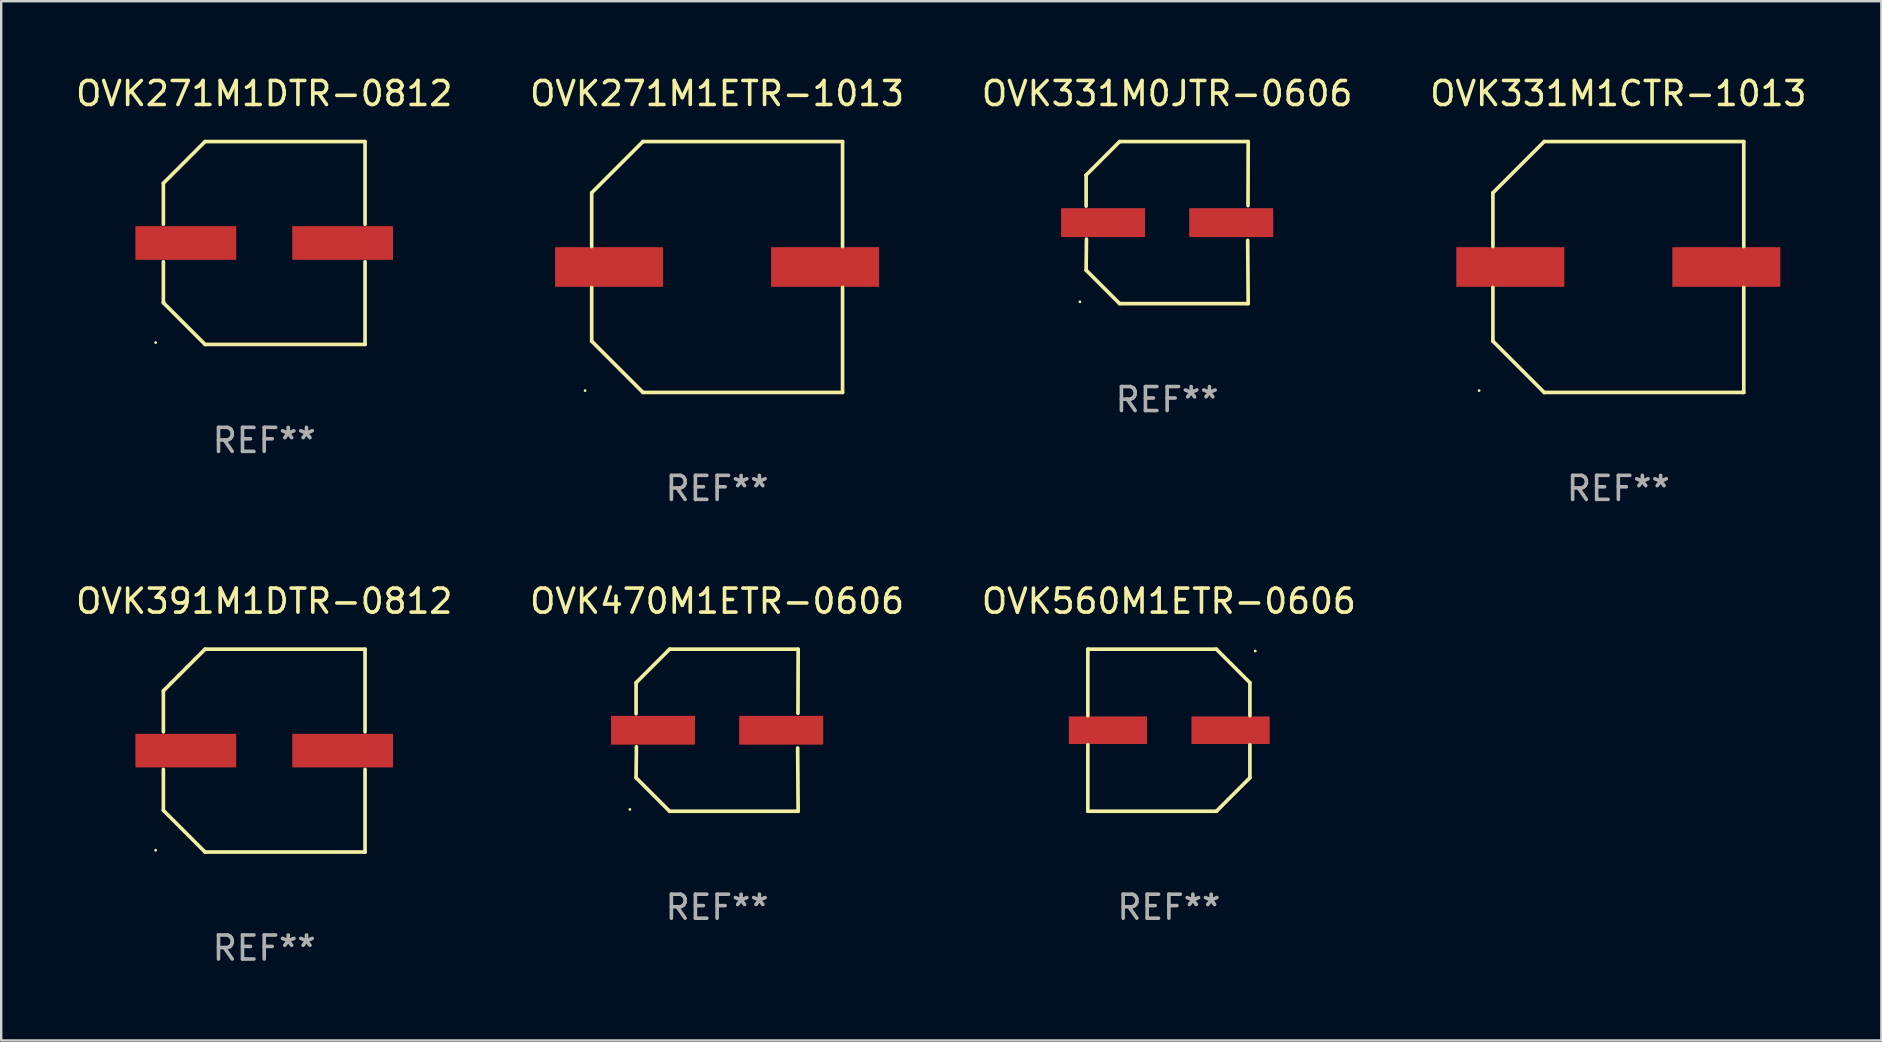
<source format=kicad_pcb>
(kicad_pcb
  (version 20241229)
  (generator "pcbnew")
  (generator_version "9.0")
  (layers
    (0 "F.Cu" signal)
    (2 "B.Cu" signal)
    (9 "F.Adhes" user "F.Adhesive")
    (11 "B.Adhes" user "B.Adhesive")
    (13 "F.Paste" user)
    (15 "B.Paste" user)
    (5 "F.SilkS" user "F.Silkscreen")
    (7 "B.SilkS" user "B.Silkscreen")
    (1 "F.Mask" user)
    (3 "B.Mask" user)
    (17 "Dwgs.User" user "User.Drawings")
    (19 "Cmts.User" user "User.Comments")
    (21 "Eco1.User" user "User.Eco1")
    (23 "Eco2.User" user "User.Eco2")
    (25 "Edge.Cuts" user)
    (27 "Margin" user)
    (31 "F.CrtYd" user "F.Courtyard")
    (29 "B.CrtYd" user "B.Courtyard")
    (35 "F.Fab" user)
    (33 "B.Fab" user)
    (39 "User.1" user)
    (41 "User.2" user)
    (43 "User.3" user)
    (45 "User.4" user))
  (footprint "OVK271M1DTR-0812"
    (layer "F.Cu")
    (at 7.958 7.074)
    (property "Reference" "OVK271M1DTR-0812" (at 0 -6.226 0) (layer "F.SilkS") (effects (font (size 1 1) (thickness 0.15))))
    (attr through_hole)
    (fp_line (start -4.201 -2.49) (end -4.201 -0.782) (stroke (width 0.152) (type solid)) (layer "F.SilkS"))
    (fp_line (start -4.201 2.49) (end -4.201 0.782) (stroke (width 0.152) (type solid)) (layer "F.SilkS"))
    (fp_line (start -2.465 -4.226) (end -4.201 -2.49) (stroke (width 0.152) (type solid)) (layer "F.SilkS"))
    (fp_line (start -2.465 4.226) (end -4.201 2.49) (stroke (width 0.152) (type solid)) (layer "F.SilkS"))
    (fp_line (start 4.201 -4.226) (end -2.465 -4.226) (stroke (width 0.152) (type solid)) (layer "F.SilkS"))
    (fp_line (start 4.201 -0.782) (end 4.201 -4.226) (stroke (width 0.152) (type solid)) (layer "F.SilkS"))
    (fp_line (start 4.201 0.782) (end 4.201 4.226) (stroke (width 0.152) (type solid)) (layer "F.SilkS"))
    (fp_line (start 4.201 4.226) (end -2.465 4.226) (stroke (width 0.152) (type solid)) (layer "F.SilkS"))
    (fp_circle (center -4.524 4.15) (end -4.494 4.15) (stroke (width 0.06) (type solid)) (fill no) (layer "F.SilkS"))
    (fp_text user "REF**" (at 0 8.226 0) (layer "F.Fab") (effects (font (size 1 1) (thickness 0.15))))
    (pad "1" smd rect (at -3.267 0) (size 4.2 1.4) (layers "F.Cu" "F.Mask" "F.Paste"))
    (pad "2" smd rect (at 3.267 0) (size 4.2 1.4) (layers "F.Cu" "F.Mask" "F.Paste")))
  (footprint "OVK331M0JTR-0606"
    (layer "F.Cu")
    (at 45.577 6.224)
    (property "Reference" "OVK331M0JTR-0606" (at 0 -5.376 0) (layer "F.SilkS") (effects (font (size 1 1) (thickness 0.15))))
    (attr through_hole)
    (fp_line (start -3.376 -1.98) (end -3.376 -0.686) (stroke (width 0.152) (type solid)) (layer "F.SilkS"))
    (fp_line (start -3.376 1.981) (end -3.362 0.686) (stroke (width 0.152) (type solid)) (layer "F.SilkS"))
    (fp_line (start -1.981 3.376) (end -3.376 1.981) (stroke (width 0.152) (type solid)) (layer "F.SilkS"))
    (fp_line (start -1.98 -3.376) (end -3.376 -1.98) (stroke (width 0.152) (type solid)) (layer "F.SilkS"))
    (fp_line (start 3.356 0.74) (end 3.376 3.376) (stroke (width 0.152) (type solid)) (layer "F.SilkS"))
    (fp_line (start 3.369 -0.707) (end 3.376 -3.376) (stroke (width 0.152) (type solid)) (layer "F.SilkS"))
    (fp_line (start 3.376 3.376) (end -1.981 3.376) (stroke (width 0.152) (type solid)) (layer "F.SilkS"))
    (fp_line (start 3.376 -3.376) (end -1.98 -3.376) (stroke (width 0.152) (type solid)) (layer "F.SilkS"))
    (fp_circle (center -3.634 3.3) (end -3.604 3.3) (stroke (width 0.06) (type solid)) (fill no) (layer "F.SilkS"))
    (fp_text user "REF**" (at 0 7.376 0) (layer "F.Fab") (effects (font (size 1 1) (thickness 0.15))))
    (pad "1" smd rect (at -2.67 0.000254) (size 3.5 1.2) (layers "F.Cu" "F.Mask" "F.Paste"))
    (pad "2" smd rect (at 2.67 0.000254) (size 3.5 1.2) (layers "F.Cu" "F.Mask" "F.Paste")))
  (footprint "OVK470M1ETR-0606"
    (layer "F.Cu")
    (at 26.827 27.373)
    (property "Reference" "OVK470M1ETR-0606" (at 0 -5.376 0) (layer "F.SilkS") (effects (font (size 1 1) (thickness 0.15))))
    (attr through_hole)
    (fp_line (start -3.376 -1.98) (end -3.376 -0.686) (stroke (width 0.152) (type solid)) (layer "F.SilkS"))
    (fp_line (start -3.376 1.981) (end -3.362 0.686) (stroke (width 0.152) (type solid)) (layer "F.SilkS"))
    (fp_line (start -1.981 3.376) (end -3.376 1.981) (stroke (width 0.152) (type solid)) (layer "F.SilkS"))
    (fp_line (start -1.98 -3.376) (end -3.376 -1.98) (stroke (width 0.152) (type solid)) (layer "F.SilkS"))
    (fp_line (start 3.356 0.74) (end 3.376 3.376) (stroke (width 0.152) (type solid)) (layer "F.SilkS"))
    (fp_line (start 3.369 -0.707) (end 3.376 -3.376) (stroke (width 0.152) (type solid)) (layer "F.SilkS"))
    (fp_line (start 3.376 3.376) (end -1.981 3.376) (stroke (width 0.152) (type solid)) (layer "F.SilkS"))
    (fp_line (start 3.376 -3.376) (end -1.98 -3.376) (stroke (width 0.152) (type solid)) (layer "F.SilkS"))
    (fp_circle (center -3.634 3.3) (end -3.604 3.3) (stroke (width 0.06) (type solid)) (fill no) (layer "F.SilkS"))
    (fp_text user "REF**" (at 0 7.376 0) (layer "F.Fab") (effects (font (size 1 1) (thickness 0.15))))
    (pad "1" smd rect (at -2.67 0.000254) (size 3.5 1.2) (layers "F.Cu" "F.Mask" "F.Paste"))
    (pad "2" smd rect (at 2.67 0.000254) (size 3.5 1.2) (layers "F.Cu" "F.Mask" "F.Paste")))
  (footprint "OVK391M1DTR-0812"
    (layer "F.Cu")
    (at 7.958 28.223)
    (property "Reference" "OVK391M1DTR-0812" (at 0 -6.226 0) (layer "F.SilkS") (effects (font (size 1 1) (thickness 0.15))))
    (attr through_hole)
    (fp_line (start -4.201 -2.49) (end -4.201 -0.782) (stroke (width 0.152) (type solid)) (layer "F.SilkS"))
    (fp_line (start -4.201 2.49) (end -4.201 0.782) (stroke (width 0.152) (type solid)) (layer "F.SilkS"))
    (fp_line (start -2.465 -4.226) (end -4.201 -2.49) (stroke (width 0.152) (type solid)) (layer "F.SilkS"))
    (fp_line (start -2.465 4.226) (end -4.201 2.49) (stroke (width 0.152) (type solid)) (layer "F.SilkS"))
    (fp_line (start 4.201 -4.226) (end -2.465 -4.226) (stroke (width 0.152) (type solid)) (layer "F.SilkS"))
    (fp_line (start 4.201 -0.782) (end 4.201 -4.226) (stroke (width 0.152) (type solid)) (layer "F.SilkS"))
    (fp_line (start 4.201 0.782) (end 4.201 4.226) (stroke (width 0.152) (type solid)) (layer "F.SilkS"))
    (fp_line (start 4.201 4.226) (end -2.465 4.226) (stroke (width 0.152) (type solid)) (layer "F.SilkS"))
    (fp_circle (center -4.524 4.15) (end -4.494 4.15) (stroke (width 0.06) (type solid)) (fill no) (layer "F.SilkS"))
    (fp_text user "REF**" (at 0 8.226 0) (layer "F.Fab") (effects (font (size 1 1) (thickness 0.15))))
    (pad "1" smd rect (at -3.267 0) (size 4.2 1.4) (layers "F.Cu" "F.Mask" "F.Paste"))
    (pad "2" smd rect (at 3.267 0) (size 4.2 1.4) (layers "F.Cu" "F.Mask" "F.Paste")))
  (footprint "OVK331M1CTR-1013"
    (layer "F.Cu")
    (at 64.375 8.074)
    (property "Reference" "OVK331M1CTR-1013" (at 0 -7.226 0) (layer "F.SilkS") (effects (font (size 1 1) (thickness 0.15))))
    (attr through_hole)
    (fp_line (start -5.226 -3.09) (end -5.226 -0.852) (stroke (width 0.152) (type solid)) (layer "F.SilkS"))
    (fp_line (start -5.226 3.09) (end -5.226 0.852) (stroke (width 0.152) (type solid)) (layer "F.SilkS"))
    (fp_line (start -3.09 -5.226) (end -5.226 -3.09) (stroke (width 0.152) (type solid)) (layer "F.SilkS"))
    (fp_line (start -3.09 5.226) (end -5.226 3.09) (stroke (width 0.152) (type solid)) (layer "F.SilkS"))
    (fp_line (start 5.226 -5.226) (end -3.09 -5.226) (stroke (width 0.152) (type solid)) (layer "F.SilkS"))
    (fp_line (start 5.226 -0.852) (end 5.226 -5.226) (stroke (width 0.152) (type solid)) (layer "F.SilkS"))
    (fp_line (start 5.226 0.852) (end 5.226 5.226) (stroke (width 0.152) (type solid)) (layer "F.SilkS"))
    (fp_line (start 5.226 5.226) (end -3.09 5.226) (stroke (width 0.152) (type solid)) (layer "F.SilkS"))
    (fp_circle (center -5.8 5.15) (end -5.77 5.15) (stroke (width 0.06) (type solid)) (fill no) (layer "F.SilkS"))
    (fp_text user "REF**" (at 0 9.226 0) (layer "F.Fab") (effects (font (size 1 1) (thickness 0.15))))
    (pad "1" smd rect (at -4.5 0) (size 4.5 1.65) (layers "F.Cu" "F.Mask" "F.Paste"))
    (pad "2" smd rect (at 4.5 0) (size 4.5 1.65) (layers "F.Cu" "F.Mask" "F.Paste")))
  (footprint "OVK560M1ETR-0606"
    (layer "F.Cu")
    (at 45.649 27.373)
    (property "Reference" "OVK560M1ETR-0606" (at 0 -5.376 0) (layer "F.SilkS") (effects (font (size 1 1) (thickness 0.15))))
    (attr through_hole)
    (fp_line (start -3.376 -3.376) (end 1.98 -3.376) (stroke (width 0.152) (type solid)) (layer "F.SilkS"))
    (fp_line (start -3.376 -0.607) (end -3.376 -3.376) (stroke (width 0.152) (type solid)) (layer "F.SilkS"))
    (fp_line (start -3.376 0.607) (end -3.376 3.376) (stroke (width 0.152) (type solid)) (layer "F.SilkS"))
    (fp_line (start -3.376 3.376) (end 1.98 3.376) (stroke (width 0.152) (type solid)) (layer "F.SilkS"))
    (fp_line (start 1.98 -3.376) (end 3.376 -1.98) (stroke (width 0.152) (type solid)) (layer "F.SilkS"))
    (fp_line (start 1.98 3.376) (end 3.376 1.98) (stroke (width 0.152) (type solid)) (layer "F.SilkS"))
    (fp_line (start 3.376 -1.98) (end 3.376 -0.607) (stroke (width 0.152) (type solid)) (layer "F.SilkS"))
    (fp_line (start 3.376 1.98) (end 3.376 0.607) (stroke (width 0.152) (type solid)) (layer "F.SilkS"))
    (fp_circle (center 3.6 -3.3) (end 3.63 -3.3) (stroke (width 0.06) (type solid)) (fill no) (layer "F.SilkS"))
    (fp_text user "REF**" (at 0 7.376 0) (layer "F.Fab") (effects (font (size 1 1) (thickness 0.15))))
    (pad "1" smd rect (at 2.57 0 180) (size 3.26 1.15) (layers "F.Cu" "F.Mask" "F.Paste"))
    (pad "2" smd rect (at -2.54 0 180) (size 3.26 1.15) (layers "F.Cu" "F.Mask" "F.Paste")))
  (footprint "OVK271M1ETR-1013"
    (layer "F.Cu")
    (at 26.827 8.074)
    (property "Reference" "OVK271M1ETR-1013" (at 0 -7.226 0) (layer "F.SilkS") (effects (font (size 1 1) (thickness 0.15))))
    (attr through_hole)
    (fp_line (start -5.226 -3.09) (end -5.226 -0.852) (stroke (width 0.152) (type solid)) (layer "F.SilkS"))
    (fp_line (start -5.226 3.09) (end -5.226 0.852) (stroke (width 0.152) (type solid)) (layer "F.SilkS"))
    (fp_line (start -3.09 -5.226) (end -5.226 -3.09) (stroke (width 0.152) (type solid)) (layer "F.SilkS"))
    (fp_line (start -3.09 5.226) (end -5.226 3.09) (stroke (width 0.152) (type solid)) (layer "F.SilkS"))
    (fp_line (start 5.226 -5.226) (end -3.09 -5.226) (stroke (width 0.152) (type solid)) (layer "F.SilkS"))
    (fp_line (start 5.226 -0.852) (end 5.226 -5.226) (stroke (width 0.152) (type solid)) (layer "F.SilkS"))
    (fp_line (start 5.226 0.852) (end 5.226 5.226) (stroke (width 0.152) (type solid)) (layer "F.SilkS"))
    (fp_line (start 5.226 5.226) (end -3.09 5.226) (stroke (width 0.152) (type solid)) (layer "F.SilkS"))
    (fp_circle (center -5.5 5.15) (end -5.47 5.15) (stroke (width 0.06) (type solid)) (fill no) (layer "F.SilkS"))
    (fp_text user "REF**" (at 0 9.226 0) (layer "F.Fab") (effects (font (size 1 1) (thickness 0.15))))
    (pad "1" smd rect (at -4.5 -0.000025) (size 4.5 1.65) (layers "F.Cu" "F.Mask" "F.Paste"))
    (pad "2" smd rect (at 4.5 -0.000025) (size 4.5 1.65) (layers "F.Cu" "F.Mask" "F.Paste")))
  (gr_rect
    (start -3 -3)
    (end 75.333 40.298)
    (stroke (width 0.1) (type default))
    (fill no)
    (layer "Edge.Cuts")))
</source>
